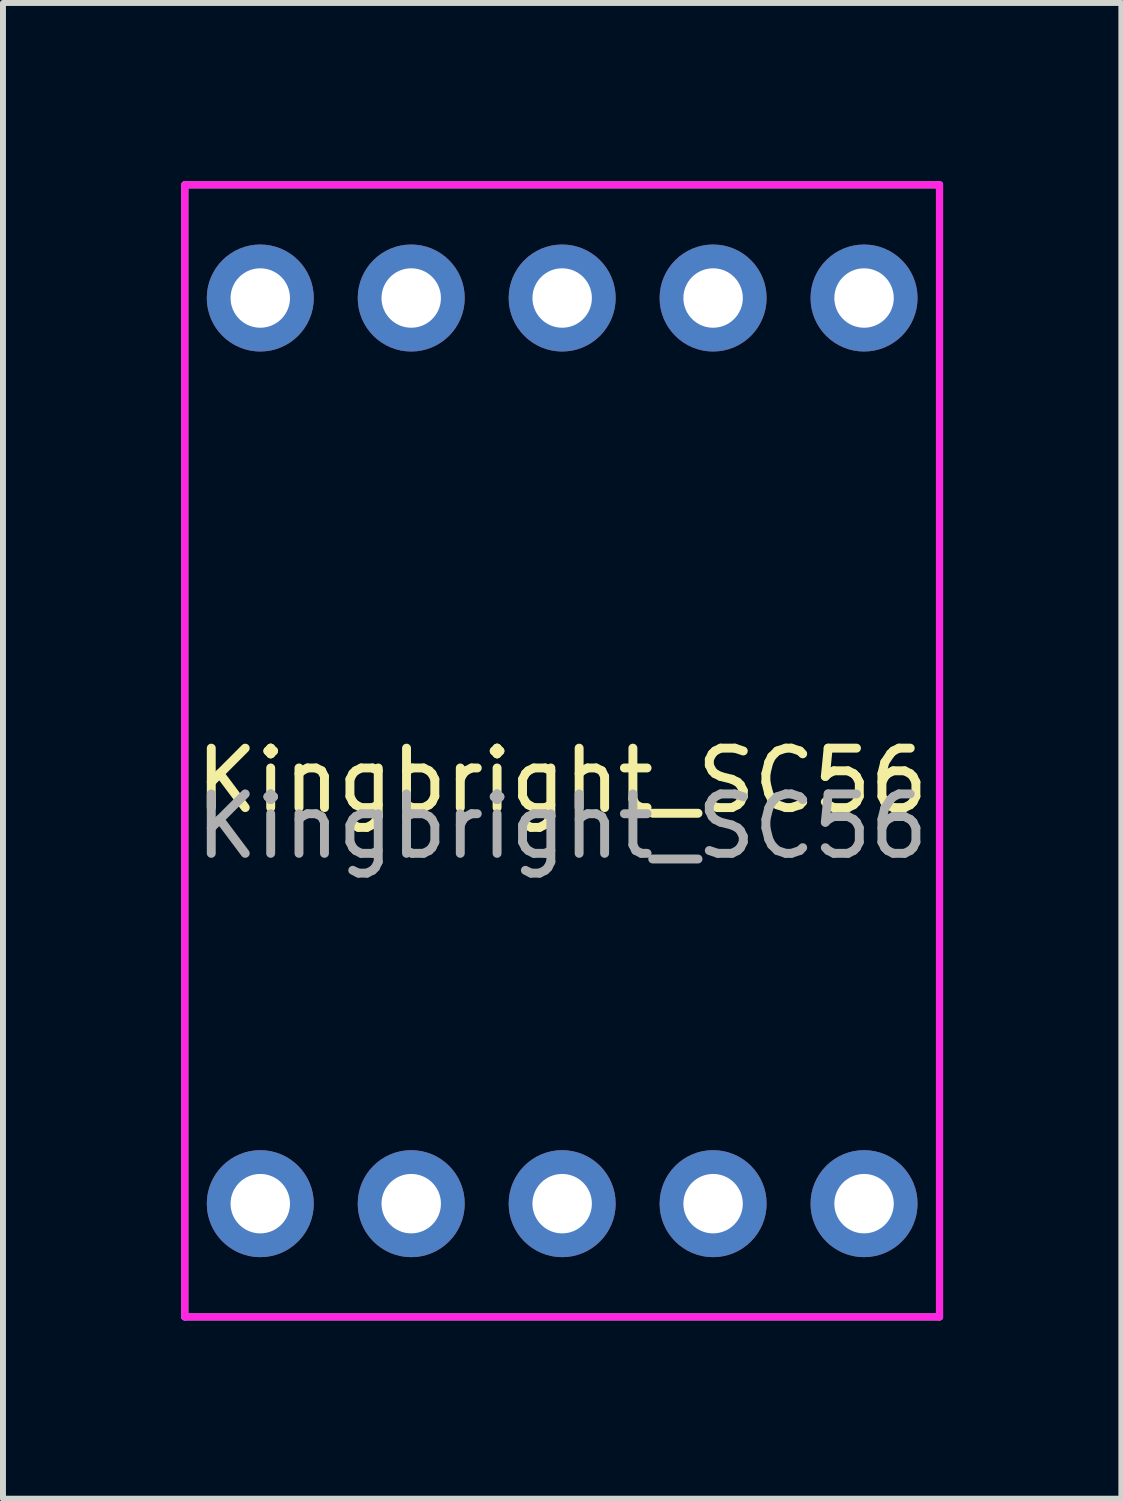
<source format=kicad_pcb>
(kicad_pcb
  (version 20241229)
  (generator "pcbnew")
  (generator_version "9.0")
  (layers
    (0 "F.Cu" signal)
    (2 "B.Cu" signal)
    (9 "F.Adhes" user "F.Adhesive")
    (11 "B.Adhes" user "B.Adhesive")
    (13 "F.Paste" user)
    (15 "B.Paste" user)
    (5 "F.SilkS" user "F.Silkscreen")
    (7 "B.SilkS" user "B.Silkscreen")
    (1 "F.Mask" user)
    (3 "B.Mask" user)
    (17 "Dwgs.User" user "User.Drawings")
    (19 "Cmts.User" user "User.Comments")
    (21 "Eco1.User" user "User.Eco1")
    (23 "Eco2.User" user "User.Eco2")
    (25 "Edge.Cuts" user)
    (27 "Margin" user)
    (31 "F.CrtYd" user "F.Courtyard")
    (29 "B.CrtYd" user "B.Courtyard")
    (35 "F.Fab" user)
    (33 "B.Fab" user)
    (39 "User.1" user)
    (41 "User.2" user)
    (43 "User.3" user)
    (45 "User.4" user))
  (footprint "Kingbright_SC56"
    (layer "F.Cu")
    (at 6.41 9.585)
    (property "Reference" "Kingbright_SC56" (at 0 0.5 0) (layer "F.SilkS") (effects (font (size 1 1) (thickness 0.15))))
    (attr through_hole)
    (fp_line (start -6.35 -9.525) (end 6.35 -9.525) (stroke (width 0.12) (type solid)) (layer "F.CrtYd"))
    (fp_line (start -6.35 9.525) (end -6.35 -9.525) (stroke (width 0.12) (type solid)) (layer "F.CrtYd"))
    (fp_line (start -6.35 9.525) (end 6.35 9.525) (stroke (width 0.12) (type solid)) (layer "F.CrtYd"))
    (fp_line (start 6.35 -9.525) (end 6.35 9.525) (stroke (width 0.12) (type solid)) (layer "F.CrtYd"))
    (fp_line (start -6.35 -9.525) (end 6.35 -9.525) (stroke (width 0.12) (type solid)) (layer "F.Fab"))
    (fp_line (start -6.35 9.525) (end -6.35 -9.525) (stroke (width 0.12) (type solid)) (layer "F.Fab"))
    (fp_line (start 6.35 -9.525) (end 6.35 9.525) (stroke (width 0.12) (type solid)) (layer "F.Fab"))
    (fp_line (start 6.35 9.525) (end -6.35 9.525) (stroke (width 0.12) (type solid)) (layer "F.Fab"))
    (fp_text user "${REFERENCE}" (at 0 1.27 180) (layer "F.Fab") (effects (font (size 1 1) (thickness 0.15))))
    (pad "1" thru_hole circle (at -5.08 7.62) (size 1.8 1.8) (drill 1) (layers "*.Cu" "F.Mask"))
    (pad "2" thru_hole circle (at -2.54 7.62) (size 1.8 1.8) (drill 1) (layers "*.Cu" "F.Mask"))
    (pad "3" thru_hole circle (at 0 7.62) (size 1.8 1.8) (drill 1) (layers "*.Cu" "F.Mask"))
    (pad "4" thru_hole circle (at 2.54 7.62) (size 1.8 1.8) (drill 1) (layers "*.Cu" "F.Mask"))
    (pad "5" thru_hole circle (at 5.08 7.62) (size 1.8 1.8) (drill 1) (layers "*.Cu" "F.Mask"))
    (pad "6" thru_hole circle (at 5.08 -7.62) (size 1.8 1.8) (drill 1) (layers "*.Cu" "F.Mask"))
    (pad "7" thru_hole circle (at 2.54 -7.62) (size 1.8 1.8) (drill 1) (layers "*.Cu" "F.Mask"))
    (pad "8" thru_hole circle (at 0 -7.62) (size 1.8 1.8) (drill 1) (layers "*.Cu" "F.Mask"))
    (pad "9" thru_hole circle (at -2.54 -7.62) (size 1.8 1.8) (drill 1) (layers "*.Cu" "F.Mask"))
    (pad "10" thru_hole circle (at -5.08 -7.62) (size 1.8 1.8) (drill 1) (layers "*.Cu" "F.Mask")))
  (gr_rect
    (start -3 -3)
    (end 15.82 22.17)
    (stroke (width 0.1) (type default))
    (fill no)
    (layer "Edge.Cuts")))
</source>
